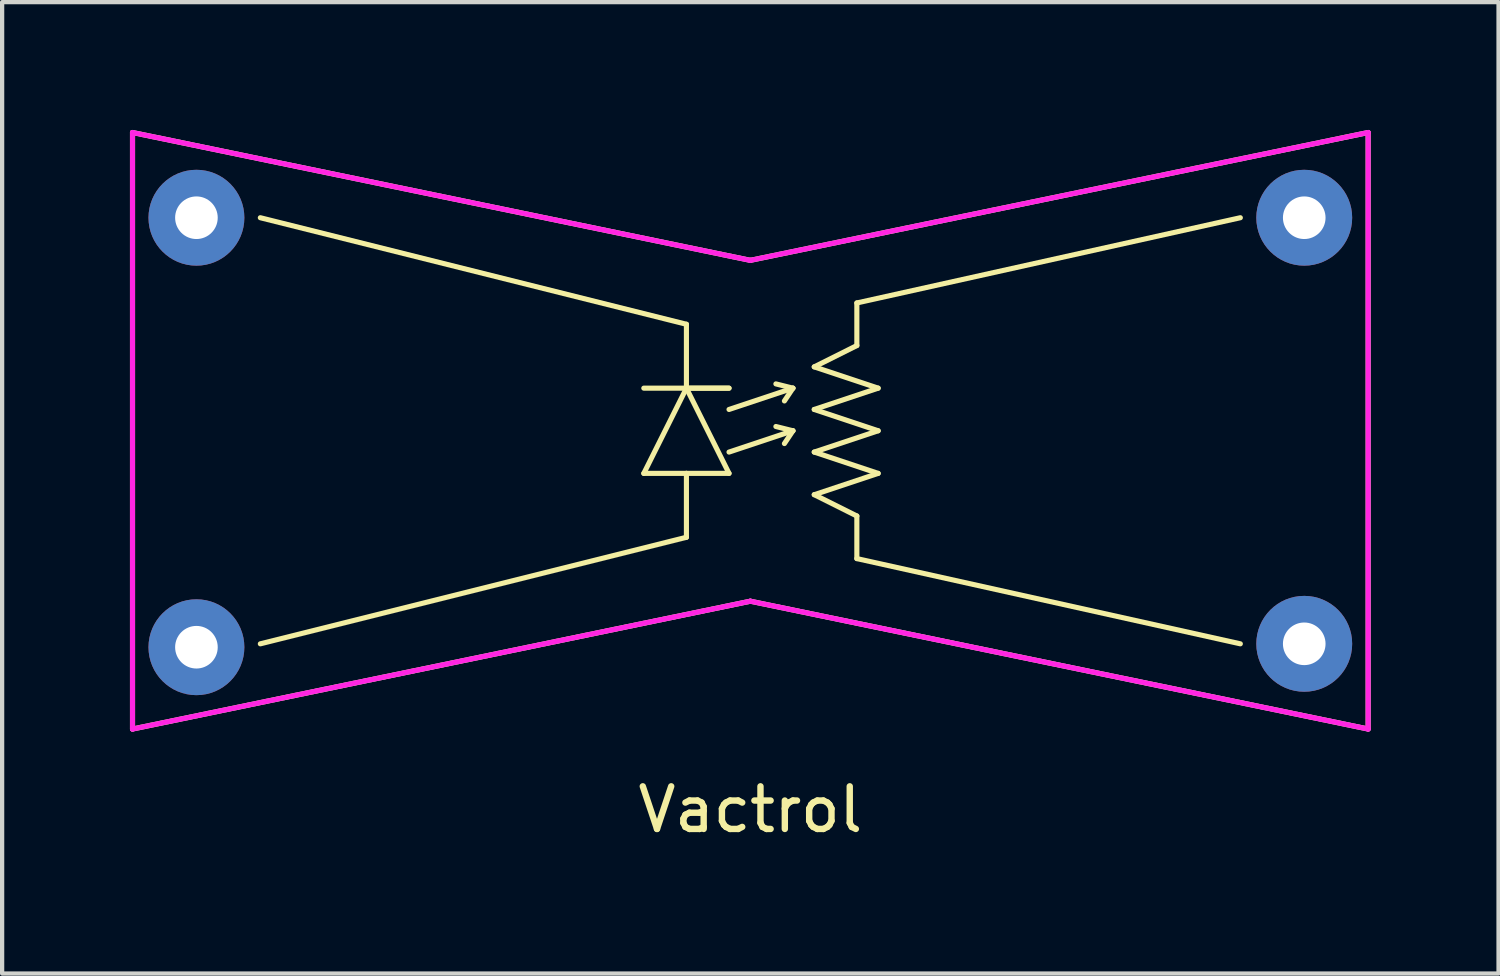
<source format=kicad_pcb>
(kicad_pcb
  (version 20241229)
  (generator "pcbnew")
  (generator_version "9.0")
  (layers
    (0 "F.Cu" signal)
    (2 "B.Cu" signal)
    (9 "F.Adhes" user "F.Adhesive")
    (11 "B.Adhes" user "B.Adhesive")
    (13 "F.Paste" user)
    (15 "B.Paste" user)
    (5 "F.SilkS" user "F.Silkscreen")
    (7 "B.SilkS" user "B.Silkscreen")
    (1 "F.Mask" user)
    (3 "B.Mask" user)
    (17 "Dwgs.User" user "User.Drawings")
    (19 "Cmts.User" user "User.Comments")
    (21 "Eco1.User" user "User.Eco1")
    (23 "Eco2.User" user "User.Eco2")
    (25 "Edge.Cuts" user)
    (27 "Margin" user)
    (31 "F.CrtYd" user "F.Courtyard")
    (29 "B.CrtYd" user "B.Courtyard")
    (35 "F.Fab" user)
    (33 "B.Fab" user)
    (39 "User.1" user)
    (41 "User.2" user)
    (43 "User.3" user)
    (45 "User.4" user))
  (footprint "Vactrol"
    (layer "F.Cu")
    (at 14.56 7.06)
    (property "Reference" "Vactrol" (at 0 8.89 0) (layer "F.SilkS") (effects (font (size 1 1) (thickness 0.15))))
    (attr through_hole)
    (fp_line (start -14.5 -7) (end 0 -4) (stroke (width 0.12) (type solid)) (layer "F.SilkS"))
    (fp_line (start -14.5 7) (end -14.5 -7) (stroke (width 0.12) (type solid)) (layer "F.SilkS"))
    (fp_line (start -11.5 5) (end -1.5 2.5) (stroke (width 0.12) (type solid)) (layer "F.SilkS"))
    (fp_line (start -2.5 -1) (end -0.5 -1) (stroke (width 0.12) (type solid)) (layer "F.SilkS"))
    (fp_line (start -2.5 1) (end -1.5 -1) (stroke (width 0.12) (type solid)) (layer "F.SilkS"))
    (fp_line (start -1.5 -2.5) (end -11.5 -5) (stroke (width 0.12) (type solid)) (layer "F.SilkS"))
    (fp_line (start -1.5 -1) (end -1.5 -2.5) (stroke (width 0.12) (type solid)) (layer "F.SilkS"))
    (fp_line (start -1.5 -1) (end -0.5 1) (stroke (width 0.12) (type solid)) (layer "F.SilkS"))
    (fp_line (start -1.5 1) (end -2.5 1) (stroke (width 0.12) (type solid)) (layer "F.SilkS"))
    (fp_line (start -1.5 2.5) (end -1.5 1) (stroke (width 0.12) (type solid)) (layer "F.SilkS"))
    (fp_line (start -0.5 -1) (end -1.5 -1) (stroke (width 0.12) (type solid)) (layer "F.SilkS"))
    (fp_line (start -0.5 -0.5) (end 1 -1) (stroke (width 0.12) (type solid)) (layer "F.SilkS"))
    (fp_line (start -0.5 0.5) (end 1 0) (stroke (width 0.12) (type solid)) (layer "F.SilkS"))
    (fp_line (start -0.5 1) (end -1.5 1) (stroke (width 0.12) (type solid)) (layer "F.SilkS"))
    (fp_line (start 0 -4) (end 14.5 -7) (stroke (width 0.12) (type solid)) (layer "F.SilkS"))
    (fp_line (start 0 4) (end -14.5 7) (stroke (width 0.12) (type solid)) (layer "F.SilkS"))
    (fp_line (start 1 -1) (end 0.6 -1.1) (stroke (width 0.12) (type solid)) (layer "F.SilkS"))
    (fp_line (start 1 -1) (end 0.8 -0.7) (stroke (width 0.12) (type solid)) (layer "F.SilkS"))
    (fp_line (start 1 0) (end 0.6 -0.1) (stroke (width 0.12) (type solid)) (layer "F.SilkS"))
    (fp_line (start 1 0) (end 0.8 0.3) (stroke (width 0.12) (type solid)) (layer "F.SilkS"))
    (fp_line (start 1.5 -1.5) (end 2.5 -2) (stroke (width 0.12) (type solid)) (layer "F.SilkS"))
    (fp_line (start 1.5 -0.5) (end 3 -1) (stroke (width 0.12) (type solid)) (layer "F.SilkS"))
    (fp_line (start 1.5 0.5) (end 3 0) (stroke (width 0.12) (type solid)) (layer "F.SilkS"))
    (fp_line (start 1.5 1.5) (end 3 1) (stroke (width 0.12) (type solid)) (layer "F.SilkS"))
    (fp_line (start 2.5 -2) (end 2.5 -3) (stroke (width 0.12) (type solid)) (layer "F.SilkS"))
    (fp_line (start 2.5 2) (end 1.5 1.5) (stroke (width 0.12) (type solid)) (layer "F.SilkS"))
    (fp_line (start 2.5 3) (end 2.5 2) (stroke (width 0.12) (type solid)) (layer "F.SilkS"))
    (fp_line (start 3 -1) (end 1.5 -1.5) (stroke (width 0.12) (type solid)) (layer "F.SilkS"))
    (fp_line (start 3 0) (end 1.5 -0.5) (stroke (width 0.12) (type solid)) (layer "F.SilkS"))
    (fp_line (start 3 1) (end 1.5 0.5) (stroke (width 0.12) (type solid)) (layer "F.SilkS"))
    (fp_line (start 11.5 -5) (end 2.5 -3) (stroke (width 0.12) (type solid)) (layer "F.SilkS"))
    (fp_line (start 11.5 5) (end 2.5 3) (stroke (width 0.12) (type solid)) (layer "F.SilkS"))
    (fp_line (start 14.5 -7) (end 14.5 7) (stroke (width 0.12) (type solid)) (layer "F.SilkS"))
    (fp_line (start 14.5 7) (end 0 4) (stroke (width 0.12) (type solid)) (layer "F.SilkS"))
    (fp_line (start -14.5 -7) (end -14.5 7) (stroke (width 0.12) (type solid)) (layer "F.CrtYd"))
    (fp_line (start -14.5 7) (end 0 4) (stroke (width 0.12) (type solid)) (layer "F.CrtYd"))
    (fp_line (start 0 -4) (end -14.5 -7) (stroke (width 0.12) (type solid)) (layer "F.CrtYd"))
    (fp_line (start 0 4) (end 14.5 7) (stroke (width 0.12) (type solid)) (layer "F.CrtYd"))
    (fp_line (start 14.5 -7) (end 0 -4) (stroke (width 0.12) (type solid)) (layer "F.CrtYd"))
    (fp_line (start 14.5 7) (end 14.5 -7) (stroke (width 0.12) (type solid)) (layer "F.CrtYd"))
    (pad "1" thru_hole circle (at -13 -5) (size 2.25 2.25) (drill 1) (layers "*.Cu" "*.Mask"))
    (pad "2" thru_hole circle (at -13 5.08) (size 2.25 2.25) (drill 1) (layers "*.Cu" "*.Mask"))
    (pad "3" thru_hole circle (at 13 -5) (size 2.25 2.25) (drill 1) (layers "*.Cu" "*.Mask"))
    (pad "4" thru_hole circle (at 13 5) (size 2.25 2.25) (drill 1) (layers "*.Cu" "*.Mask")))
  (gr_rect
    (start -3 -3)
    (end 32.12 19.798)
    (stroke (width 0.1) (type default))
    (fill no)
    (layer "Edge.Cuts")))
</source>
